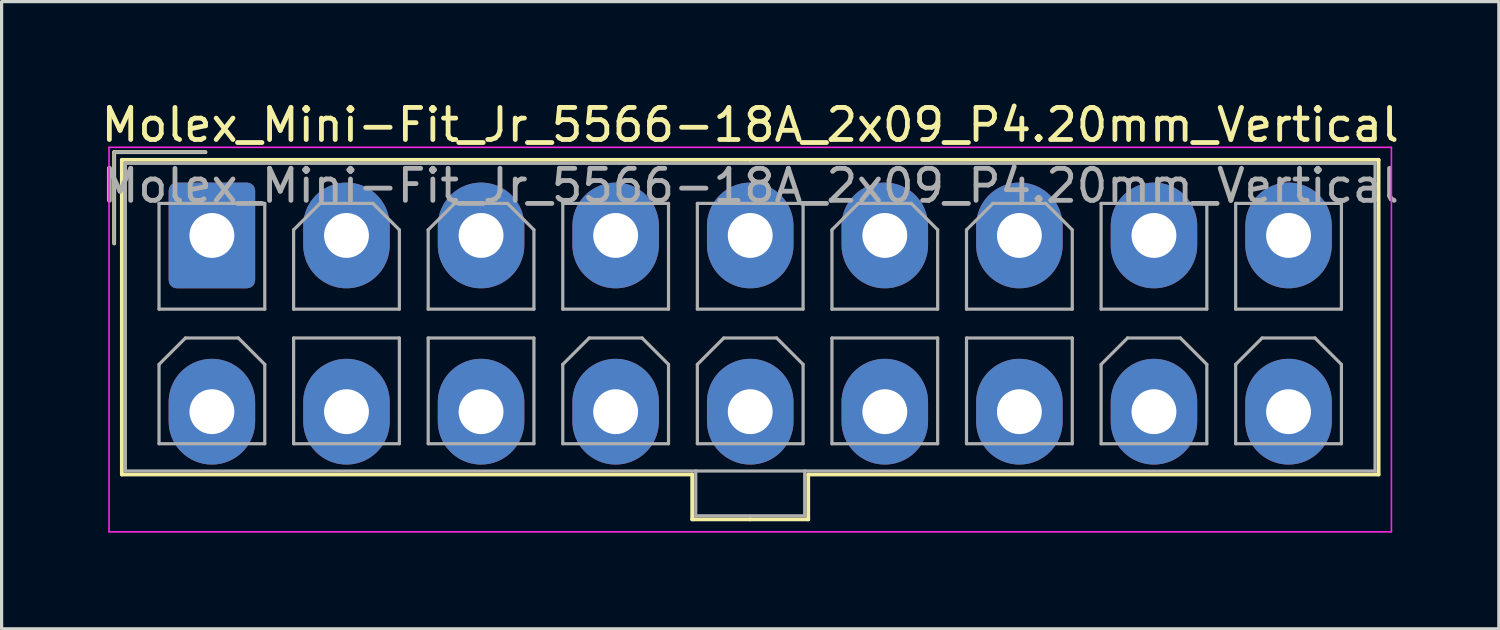
<source format=kicad_pcb>
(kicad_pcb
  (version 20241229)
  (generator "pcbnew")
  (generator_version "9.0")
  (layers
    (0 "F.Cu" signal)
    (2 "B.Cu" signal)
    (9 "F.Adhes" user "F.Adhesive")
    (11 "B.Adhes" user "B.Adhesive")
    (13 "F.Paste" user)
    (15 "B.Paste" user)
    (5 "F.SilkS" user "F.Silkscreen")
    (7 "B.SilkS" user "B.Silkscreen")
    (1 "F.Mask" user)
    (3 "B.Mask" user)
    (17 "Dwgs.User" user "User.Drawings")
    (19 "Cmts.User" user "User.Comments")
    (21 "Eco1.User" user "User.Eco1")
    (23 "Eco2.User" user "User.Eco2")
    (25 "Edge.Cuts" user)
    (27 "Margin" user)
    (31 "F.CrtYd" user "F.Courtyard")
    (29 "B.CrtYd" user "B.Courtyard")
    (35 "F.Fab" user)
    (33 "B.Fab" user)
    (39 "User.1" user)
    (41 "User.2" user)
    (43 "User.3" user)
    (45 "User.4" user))
  (footprint "Molex_Mini-Fit_Jr_5566-18A_2x09_P4.20mm_Vertical"
    (layer "F.Cu")
    (at 3.563 4.298)
    (property "Reference" "Molex_Mini-Fit_Jr_5566-18A_2x09_P4.20mm_Vertical" (at 16.8 -3.45 0) (layer "F.SilkS") (effects (font (size 1 1) (thickness 0.15))))
    (attr through_hole)
    (fp_line (start -3.05 -2.6) (end -3.05 0.25) (stroke (width 0.12) (type solid)) (layer "F.SilkS"))
    (fp_line (start -2.81 -2.36) (end -2.81 7.46) (stroke (width 0.12) (type solid)) (layer "F.SilkS"))
    (fp_line (start -2.81 7.46) (end 14.99 7.46) (stroke (width 0.12) (type solid)) (layer "F.SilkS"))
    (fp_line (start -0.2 -2.6) (end -3.05 -2.6) (stroke (width 0.12) (type solid)) (layer "F.SilkS"))
    (fp_line (start 14.99 7.46) (end 14.99 8.86) (stroke (width 0.12) (type solid)) (layer "F.SilkS"))
    (fp_line (start 14.99 8.86) (end 16.8 8.86) (stroke (width 0.12) (type solid)) (layer "F.SilkS"))
    (fp_line (start 16.8 -2.36) (end -2.81 -2.36) (stroke (width 0.12) (type solid)) (layer "F.SilkS"))
    (fp_line (start 16.8 -2.36) (end 36.41 -2.36) (stroke (width 0.12) (type solid)) (layer "F.SilkS"))
    (fp_line (start 18.61 7.46) (end 18.61 8.86) (stroke (width 0.12) (type solid)) (layer "F.SilkS"))
    (fp_line (start 18.61 8.86) (end 16.8 8.86) (stroke (width 0.12) (type solid)) (layer "F.SilkS"))
    (fp_line (start 36.41 -2.36) (end 36.41 7.46) (stroke (width 0.12) (type solid)) (layer "F.SilkS"))
    (fp_line (start 36.41 7.46) (end 18.61 7.46) (stroke (width 0.12) (type solid)) (layer "F.SilkS"))
    (fp_line (start -3.21 -2.75) (end -3.21 9.25) (stroke (width 0.05) (type solid)) (layer "F.CrtYd"))
    (fp_line (start -3.21 9.25) (end 36.81 9.25) (stroke (width 0.05) (type solid)) (layer "F.CrtYd"))
    (fp_line (start 36.81 -2.75) (end -3.21 -2.75) (stroke (width 0.05) (type solid)) (layer "F.CrtYd"))
    (fp_line (start 36.81 9.25) (end 36.81 -2.75) (stroke (width 0.05) (type solid)) (layer "F.CrtYd"))
    (fp_line (start -3.05 -2.6) (end -3.05 0.25) (stroke (width 0.1) (type solid)) (layer "F.Fab"))
    (fp_line (start -2.7 -2.25) (end -2.7 7.35) (stroke (width 0.1) (type solid)) (layer "F.Fab"))
    (fp_line (start -2.7 7.35) (end 36.3 7.35) (stroke (width 0.1) (type solid)) (layer "F.Fab"))
    (fp_line (start -1.65 -1) (end -1.65 2.3) (stroke (width 0.1) (type solid)) (layer "F.Fab"))
    (fp_line (start -1.65 2.3) (end 1.65 2.3) (stroke (width 0.1) (type solid)) (layer "F.Fab"))
    (fp_line (start -1.65 4.025) (end -0.825 3.2) (stroke (width 0.1) (type solid)) (layer "F.Fab"))
    (fp_line (start -1.65 6.5) (end -1.65 4.025) (stroke (width 0.1) (type solid)) (layer "F.Fab"))
    (fp_line (start -0.825 3.2) (end 0.825 3.2) (stroke (width 0.1) (type solid)) (layer "F.Fab"))
    (fp_line (start -0.2 -2.6) (end -3.05 -2.6) (stroke (width 0.1) (type solid)) (layer "F.Fab"))
    (fp_line (start 0.825 3.2) (end 1.65 4.025) (stroke (width 0.1) (type solid)) (layer "F.Fab"))
    (fp_line (start 1.65 -1) (end -1.65 -1) (stroke (width 0.1) (type solid)) (layer "F.Fab"))
    (fp_line (start 1.65 2.3) (end 1.65 -1) (stroke (width 0.1) (type solid)) (layer "F.Fab"))
    (fp_line (start 1.65 4.025) (end 1.65 6.5) (stroke (width 0.1) (type solid)) (layer "F.Fab"))
    (fp_line (start 1.65 6.5) (end -1.65 6.5) (stroke (width 0.1) (type solid)) (layer "F.Fab"))
    (fp_line (start 2.55 -0.175) (end 3.375 -1) (stroke (width 0.1) (type solid)) (layer "F.Fab"))
    (fp_line (start 2.55 2.3) (end 2.55 -0.175) (stroke (width 0.1) (type solid)) (layer "F.Fab"))
    (fp_line (start 2.55 3.2) (end 2.55 6.5) (stroke (width 0.1) (type solid)) (layer "F.Fab"))
    (fp_line (start 2.55 6.5) (end 5.85 6.5) (stroke (width 0.1) (type solid)) (layer "F.Fab"))
    (fp_line (start 3.375 -1) (end 5.025 -1) (stroke (width 0.1) (type solid)) (layer "F.Fab"))
    (fp_line (start 5.025 -1) (end 5.85 -0.175) (stroke (width 0.1) (type solid)) (layer "F.Fab"))
    (fp_line (start 5.85 -0.175) (end 5.85 2.3) (stroke (width 0.1) (type solid)) (layer "F.Fab"))
    (fp_line (start 5.85 2.3) (end 2.55 2.3) (stroke (width 0.1) (type solid)) (layer "F.Fab"))
    (fp_line (start 5.85 3.2) (end 2.55 3.2) (stroke (width 0.1) (type solid)) (layer "F.Fab"))
    (fp_line (start 5.85 6.5) (end 5.85 3.2) (stroke (width 0.1) (type solid)) (layer "F.Fab"))
    (fp_line (start 6.75 -0.175) (end 7.575 -1) (stroke (width 0.1) (type solid)) (layer "F.Fab"))
    (fp_line (start 6.75 2.3) (end 6.75 -0.175) (stroke (width 0.1) (type solid)) (layer "F.Fab"))
    (fp_line (start 6.75 3.2) (end 6.75 6.5) (stroke (width 0.1) (type solid)) (layer "F.Fab"))
    (fp_line (start 6.75 6.5) (end 10.05 6.5) (stroke (width 0.1) (type solid)) (layer "F.Fab"))
    (fp_line (start 7.575 -1) (end 9.225 -1) (stroke (width 0.1) (type solid)) (layer "F.Fab"))
    (fp_line (start 9.225 -1) (end 10.05 -0.175) (stroke (width 0.1) (type solid)) (layer "F.Fab"))
    (fp_line (start 10.05 -0.175) (end 10.05 2.3) (stroke (width 0.1) (type solid)) (layer "F.Fab"))
    (fp_line (start 10.05 2.3) (end 6.75 2.3) (stroke (width 0.1) (type solid)) (layer "F.Fab"))
    (fp_line (start 10.05 3.2) (end 6.75 3.2) (stroke (width 0.1) (type solid)) (layer "F.Fab"))
    (fp_line (start 10.05 6.5) (end 10.05 3.2) (stroke (width 0.1) (type solid)) (layer "F.Fab"))
    (fp_line (start 10.95 -1) (end 10.95 2.3) (stroke (width 0.1) (type solid)) (layer "F.Fab"))
    (fp_line (start 10.95 2.3) (end 14.25 2.3) (stroke (width 0.1) (type solid)) (layer "F.Fab"))
    (fp_line (start 10.95 4.025) (end 11.775 3.2) (stroke (width 0.1) (type solid)) (layer "F.Fab"))
    (fp_line (start 10.95 6.5) (end 10.95 4.025) (stroke (width 0.1) (type solid)) (layer "F.Fab"))
    (fp_line (start 11.775 3.2) (end 13.425 3.2) (stroke (width 0.1) (type solid)) (layer "F.Fab"))
    (fp_line (start 13.425 3.2) (end 14.25 4.025) (stroke (width 0.1) (type solid)) (layer "F.Fab"))
    (fp_line (start 14.25 -1) (end 10.95 -1) (stroke (width 0.1) (type solid)) (layer "F.Fab"))
    (fp_line (start 14.25 2.3) (end 14.25 -1) (stroke (width 0.1) (type solid)) (layer "F.Fab"))
    (fp_line (start 14.25 4.025) (end 14.25 6.5) (stroke (width 0.1) (type solid)) (layer "F.Fab"))
    (fp_line (start 14.25 6.5) (end 10.95 6.5) (stroke (width 0.1) (type solid)) (layer "F.Fab"))
    (fp_line (start 15.1 7.35) (end 15.1 8.75) (stroke (width 0.1) (type solid)) (layer "F.Fab"))
    (fp_line (start 15.1 8.75) (end 18.5 8.75) (stroke (width 0.1) (type solid)) (layer "F.Fab"))
    (fp_line (start 15.15 -1) (end 15.15 2.3) (stroke (width 0.1) (type solid)) (layer "F.Fab"))
    (fp_line (start 15.15 2.3) (end 18.45 2.3) (stroke (width 0.1) (type solid)) (layer "F.Fab"))
    (fp_line (start 15.15 4.025) (end 15.975 3.2) (stroke (width 0.1) (type solid)) (layer "F.Fab"))
    (fp_line (start 15.15 6.5) (end 15.15 4.025) (stroke (width 0.1) (type solid)) (layer "F.Fab"))
    (fp_line (start 15.975 3.2) (end 17.625 3.2) (stroke (width 0.1) (type solid)) (layer "F.Fab"))
    (fp_line (start 17.625 3.2) (end 18.45 4.025) (stroke (width 0.1) (type solid)) (layer "F.Fab"))
    (fp_line (start 18.45 -1) (end 15.15 -1) (stroke (width 0.1) (type solid)) (layer "F.Fab"))
    (fp_line (start 18.45 2.3) (end 18.45 -1) (stroke (width 0.1) (type solid)) (layer "F.Fab"))
    (fp_line (start 18.45 4.025) (end 18.45 6.5) (stroke (width 0.1) (type solid)) (layer "F.Fab"))
    (fp_line (start 18.45 6.5) (end 15.15 6.5) (stroke (width 0.1) (type solid)) (layer "F.Fab"))
    (fp_line (start 18.5 8.75) (end 18.5 7.35) (stroke (width 0.1) (type solid)) (layer "F.Fab"))
    (fp_line (start 19.35 -0.175) (end 20.175 -1) (stroke (width 0.1) (type solid)) (layer "F.Fab"))
    (fp_line (start 19.35 2.3) (end 19.35 -0.175) (stroke (width 0.1) (type solid)) (layer "F.Fab"))
    (fp_line (start 19.35 3.2) (end 19.35 6.5) (stroke (width 0.1) (type solid)) (layer "F.Fab"))
    (fp_line (start 19.35 6.5) (end 22.65 6.5) (stroke (width 0.1) (type solid)) (layer "F.Fab"))
    (fp_line (start 20.175 -1) (end 21.825 -1) (stroke (width 0.1) (type solid)) (layer "F.Fab"))
    (fp_line (start 21.825 -1) (end 22.65 -0.175) (stroke (width 0.1) (type solid)) (layer "F.Fab"))
    (fp_line (start 22.65 -0.175) (end 22.65 2.3) (stroke (width 0.1) (type solid)) (layer "F.Fab"))
    (fp_line (start 22.65 2.3) (end 19.35 2.3) (stroke (width 0.1) (type solid)) (layer "F.Fab"))
    (fp_line (start 22.65 3.2) (end 19.35 3.2) (stroke (width 0.1) (type solid)) (layer "F.Fab"))
    (fp_line (start 22.65 6.5) (end 22.65 3.2) (stroke (width 0.1) (type solid)) (layer "F.Fab"))
    (fp_line (start 23.55 -0.175) (end 24.375 -1) (stroke (width 0.1) (type solid)) (layer "F.Fab"))
    (fp_line (start 23.55 2.3) (end 23.55 -0.175) (stroke (width 0.1) (type solid)) (layer "F.Fab"))
    (fp_line (start 23.55 3.2) (end 23.55 6.5) (stroke (width 0.1) (type solid)) (layer "F.Fab"))
    (fp_line (start 23.55 6.5) (end 26.85 6.5) (stroke (width 0.1) (type solid)) (layer "F.Fab"))
    (fp_line (start 24.375 -1) (end 26.025 -1) (stroke (width 0.1) (type solid)) (layer "F.Fab"))
    (fp_line (start 26.025 -1) (end 26.85 -0.175) (stroke (width 0.1) (type solid)) (layer "F.Fab"))
    (fp_line (start 26.85 -0.175) (end 26.85 2.3) (stroke (width 0.1) (type solid)) (layer "F.Fab"))
    (fp_line (start 26.85 2.3) (end 23.55 2.3) (stroke (width 0.1) (type solid)) (layer "F.Fab"))
    (fp_line (start 26.85 3.2) (end 23.55 3.2) (stroke (width 0.1) (type solid)) (layer "F.Fab"))
    (fp_line (start 26.85 6.5) (end 26.85 3.2) (stroke (width 0.1) (type solid)) (layer "F.Fab"))
    (fp_line (start 27.75 -1) (end 27.75 2.3) (stroke (width 0.1) (type solid)) (layer "F.Fab"))
    (fp_line (start 27.75 2.3) (end 31.05 2.3) (stroke (width 0.1) (type solid)) (layer "F.Fab"))
    (fp_line (start 27.75 4.025) (end 28.575 3.2) (stroke (width 0.1) (type solid)) (layer "F.Fab"))
    (fp_line (start 27.75 6.5) (end 27.75 4.025) (stroke (width 0.1) (type solid)) (layer "F.Fab"))
    (fp_line (start 28.575 3.2) (end 30.225 3.2) (stroke (width 0.1) (type solid)) (layer "F.Fab"))
    (fp_line (start 30.225 3.2) (end 31.05 4.025) (stroke (width 0.1) (type solid)) (layer "F.Fab"))
    (fp_line (start 31.05 -1) (end 27.75 -1) (stroke (width 0.1) (type solid)) (layer "F.Fab"))
    (fp_line (start 31.05 2.3) (end 31.05 -1) (stroke (width 0.1) (type solid)) (layer "F.Fab"))
    (fp_line (start 31.05 4.025) (end 31.05 6.5) (stroke (width 0.1) (type solid)) (layer "F.Fab"))
    (fp_line (start 31.05 6.5) (end 27.75 6.5) (stroke (width 0.1) (type solid)) (layer "F.Fab"))
    (fp_line (start 31.95 -1) (end 31.95 2.3) (stroke (width 0.1) (type solid)) (layer "F.Fab"))
    (fp_line (start 31.95 2.3) (end 35.25 2.3) (stroke (width 0.1) (type solid)) (layer "F.Fab"))
    (fp_line (start 31.95 4.025) (end 32.775 3.2) (stroke (width 0.1) (type solid)) (layer "F.Fab"))
    (fp_line (start 31.95 6.5) (end 31.95 4.025) (stroke (width 0.1) (type solid)) (layer "F.Fab"))
    (fp_line (start 32.775 3.2) (end 34.425 3.2) (stroke (width 0.1) (type solid)) (layer "F.Fab"))
    (fp_line (start 34.425 3.2) (end 35.25 4.025) (stroke (width 0.1) (type solid)) (layer "F.Fab"))
    (fp_line (start 35.25 -1) (end 31.95 -1) (stroke (width 0.1) (type solid)) (layer "F.Fab"))
    (fp_line (start 35.25 2.3) (end 35.25 -1) (stroke (width 0.1) (type solid)) (layer "F.Fab"))
    (fp_line (start 35.25 4.025) (end 35.25 6.5) (stroke (width 0.1) (type solid)) (layer "F.Fab"))
    (fp_line (start 35.25 6.5) (end 31.95 6.5) (stroke (width 0.1) (type solid)) (layer "F.Fab"))
    (fp_line (start 36.3 -2.25) (end -2.7 -2.25) (stroke (width 0.1) (type solid)) (layer "F.Fab"))
    (fp_line (start 36.3 7.35) (end 36.3 -2.25) (stroke (width 0.1) (type solid)) (layer "F.Fab"))
    (fp_text user "${REFERENCE}" (at 16.8 -1.55 0) (layer "F.Fab") (effects (font (size 1 1) (thickness 0.15))))
    (pad "1" thru_hole roundrect (at 0 0) (size 2.7 3.3) (drill 1.4) (layers "*.Cu" "*.Mask") (roundrect_rratio 0.093))
    (pad "2" thru_hole oval (at 4.2 0) (size 2.7 3.3) (drill 1.4) (layers "*.Cu" "*.Mask"))
    (pad "3" thru_hole oval (at 8.4 0) (size 2.7 3.3) (drill 1.4) (layers "*.Cu" "*.Mask"))
    (pad "4" thru_hole oval (at 12.6 0) (size 2.7 3.3) (drill 1.4) (layers "*.Cu" "*.Mask"))
    (pad "5" thru_hole oval (at 16.8 0) (size 2.7 3.3) (drill 1.4) (layers "*.Cu" "*.Mask"))
    (pad "6" thru_hole oval (at 21 0) (size 2.7 3.3) (drill 1.4) (layers "*.Cu" "*.Mask"))
    (pad "7" thru_hole oval (at 25.2 0) (size 2.7 3.3) (drill 1.4) (layers "*.Cu" "*.Mask"))
    (pad "8" thru_hole oval (at 29.4 0) (size 2.7 3.3) (drill 1.4) (layers "*.Cu" "*.Mask"))
    (pad "9" thru_hole oval (at 33.6 0) (size 2.7 3.3) (drill 1.4) (layers "*.Cu" "*.Mask"))
    (pad "10" thru_hole oval (at 0 5.5) (size 2.7 3.3) (drill 1.4) (layers "*.Cu" "*.Mask"))
    (pad "11" thru_hole oval (at 4.2 5.5) (size 2.7 3.3) (drill 1.4) (layers "*.Cu" "*.Mask"))
    (pad "12" thru_hole oval (at 8.4 5.5) (size 2.7 3.3) (drill 1.4) (layers "*.Cu" "*.Mask"))
    (pad "13" thru_hole oval (at 12.6 5.5) (size 2.7 3.3) (drill 1.4) (layers "*.Cu" "*.Mask"))
    (pad "14" thru_hole oval (at 16.8 5.5) (size 2.7 3.3) (drill 1.4) (layers "*.Cu" "*.Mask"))
    (pad "15" thru_hole oval (at 21 5.5) (size 2.7 3.3) (drill 1.4) (layers "*.Cu" "*.Mask"))
    (pad "16" thru_hole oval (at 25.2 5.5) (size 2.7 3.3) (drill 1.4) (layers "*.Cu" "*.Mask"))
    (pad "17" thru_hole oval (at 29.4 5.5) (size 2.7 3.3) (drill 1.4) (layers "*.Cu" "*.Mask"))
    (pad "18" thru_hole oval (at 33.6 5.5) (size 2.7 3.3) (drill 1.4) (layers "*.Cu" "*.Mask")))
  (gr_rect
    (start -3 -3)
    (end 43.726 16.573)
    (stroke (width 0.1) (type default))
    (fill no)
    (layer "Edge.Cuts")))
</source>
